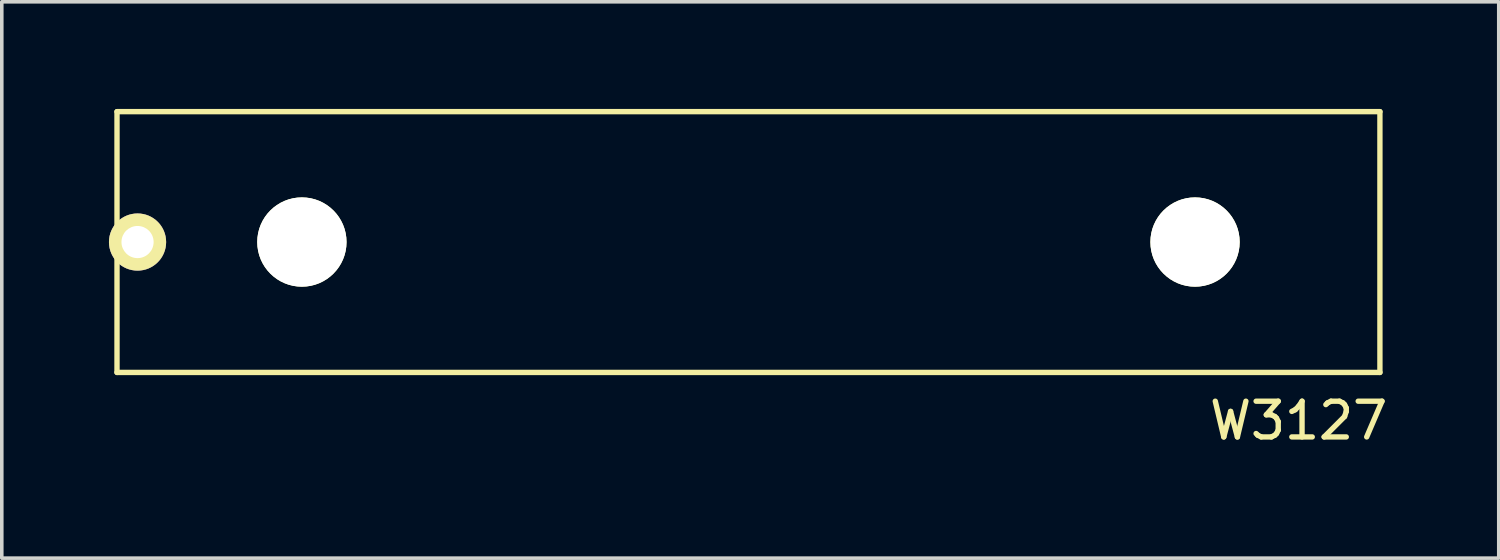
<source format=kicad_pcb>
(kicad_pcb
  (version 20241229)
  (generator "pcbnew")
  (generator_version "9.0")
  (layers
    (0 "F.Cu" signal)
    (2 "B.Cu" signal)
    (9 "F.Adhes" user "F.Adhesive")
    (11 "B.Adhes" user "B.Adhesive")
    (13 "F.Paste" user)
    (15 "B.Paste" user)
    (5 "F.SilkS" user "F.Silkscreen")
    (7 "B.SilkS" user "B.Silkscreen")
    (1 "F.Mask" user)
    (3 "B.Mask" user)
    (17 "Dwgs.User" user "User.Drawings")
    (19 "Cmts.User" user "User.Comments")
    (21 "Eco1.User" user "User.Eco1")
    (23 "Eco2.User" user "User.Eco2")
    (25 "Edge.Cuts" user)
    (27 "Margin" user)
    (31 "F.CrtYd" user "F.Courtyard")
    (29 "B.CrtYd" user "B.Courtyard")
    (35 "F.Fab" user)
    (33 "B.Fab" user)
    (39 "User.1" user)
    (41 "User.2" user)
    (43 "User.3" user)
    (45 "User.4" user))
  (footprint "W3127"
    (layer "F.Cu")
    (at 17.9 3.725)
    (property "Reference" "W3127" (at 15.4 5 0) (layer "F.SilkS") (effects (font (size 1 1) (thickness 0.15))))
    (attr through_hole)
    (fp_line (start -17.675 -3.65) (end 17.675 -3.65) (stroke (width 0.15) (type solid)) (layer "F.SilkS"))
    (fp_line (start -17.675 3.65) (end -17.675 -3.65) (stroke (width 0.15) (type solid)) (layer "F.SilkS"))
    (fp_line (start 17.675 -3.65) (end 17.675 3.65) (stroke (width 0.15) (type solid)) (layer "F.SilkS"))
    (fp_line (start 17.675 3.65) (end -17.675 3.65) (stroke (width 0.15) (type solid)) (layer "F.SilkS"))
    (pad "" np_thru_hole circle (at -12.5 0) (size 2.5 2.5) (drill 2.5) (layers "*.Cu" "*.Mask" "F.SilkS"))
    (pad "" np_thru_hole circle (at 12.5 0) (size 2.5 2.5) (drill 2.5) (layers "*.Cu" "*.Mask" "F.SilkS"))
    (pad "1" thru_hole circle (at -17.1 0) (size 1.6 1.6) (drill 0.9) (layers "*.Cu" "*.Mask" "F.SilkS")))
  (gr_rect
    (start -3 -3)
    (end 38.901 12.573)
    (stroke (width 0.1) (type default))
    (fill no)
    (layer "Edge.Cuts")))
</source>
